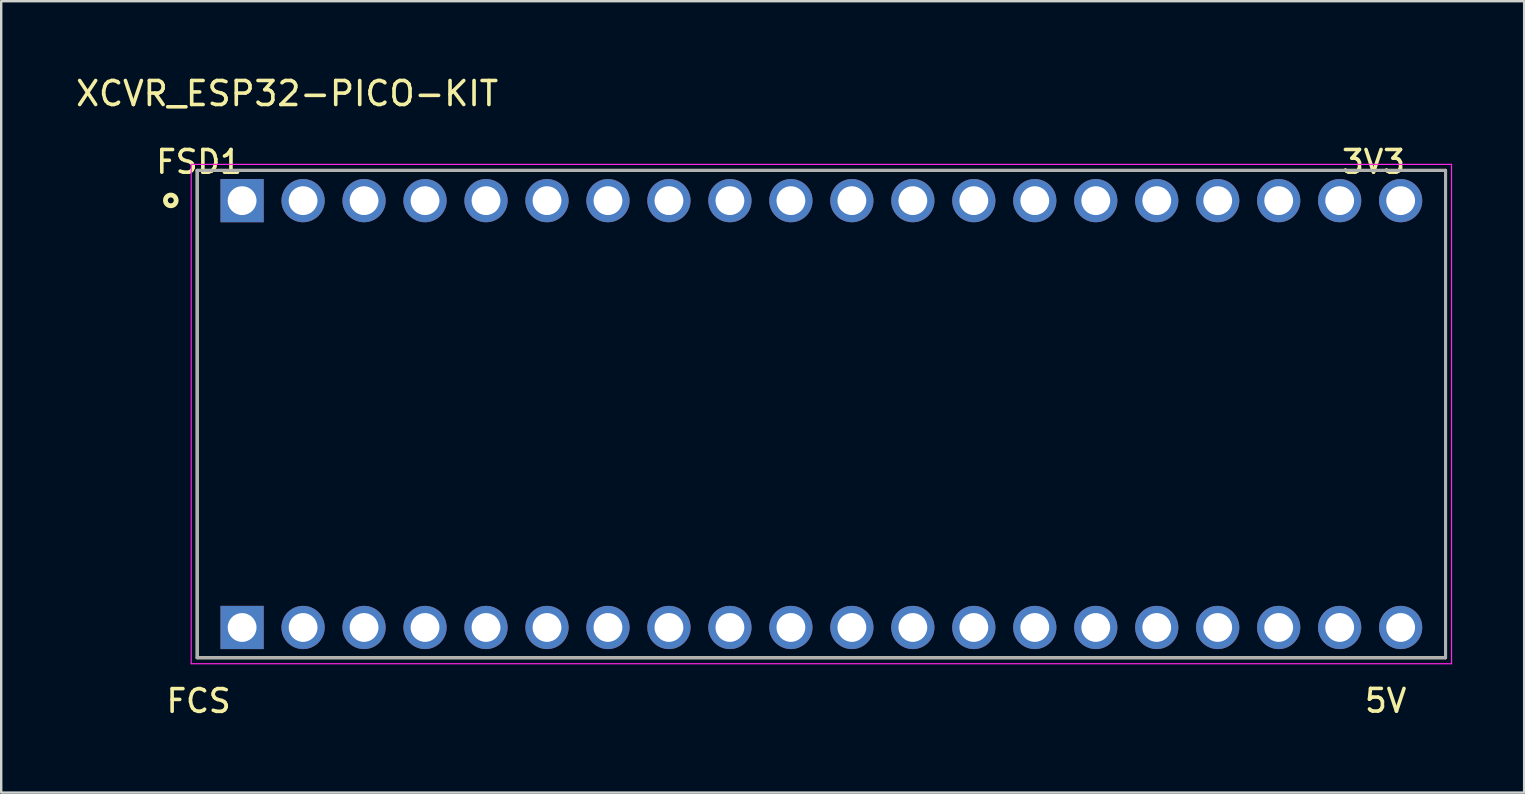
<source format=kicad_pcb>
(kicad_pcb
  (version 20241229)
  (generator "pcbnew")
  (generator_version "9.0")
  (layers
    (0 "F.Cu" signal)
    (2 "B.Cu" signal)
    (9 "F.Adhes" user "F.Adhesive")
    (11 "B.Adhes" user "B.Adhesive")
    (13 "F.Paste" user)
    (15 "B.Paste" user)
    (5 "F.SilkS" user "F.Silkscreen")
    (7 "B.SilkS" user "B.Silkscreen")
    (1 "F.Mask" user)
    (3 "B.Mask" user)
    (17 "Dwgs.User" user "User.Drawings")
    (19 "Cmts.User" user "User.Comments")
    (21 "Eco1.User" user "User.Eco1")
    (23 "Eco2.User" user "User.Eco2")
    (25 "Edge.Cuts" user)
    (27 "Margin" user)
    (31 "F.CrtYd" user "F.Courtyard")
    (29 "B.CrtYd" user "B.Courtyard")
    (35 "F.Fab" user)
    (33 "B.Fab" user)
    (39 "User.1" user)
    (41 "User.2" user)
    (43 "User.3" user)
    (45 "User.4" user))
  (footprint "XCVR_ESP32-PICO-KIT"
    (layer "F.Cu")
    (at 31.165 14.198)
    (property "Reference" "XCVR_ESP32-PICO-KIT" (at -22.254 -13.35 0) (layer "F.SilkS") (effects (font (size 1 1) (thickness 0.15))))
    (attr through_hole)
    (fp_line (start -26 -10.15) (end 26 -10.15) (stroke (width 0.127) (type solid)) (layer "F.SilkS"))
    (fp_line (start -26 10.15) (end -26 -10.15) (stroke (width 0.127) (type solid)) (layer "F.SilkS"))
    (fp_line (start 26 -10.15) (end 26 10.15) (stroke (width 0.127) (type solid)) (layer "F.SilkS"))
    (fp_line (start 26 10.15) (end -26 10.15) (stroke (width 0.127) (type solid)) (layer "F.SilkS"))
    (fp_circle (center -27.1 -8.9) (end -26.876 -8.9) (stroke (width 0.2) (type solid)) (fill no) (layer "F.SilkS"))
    (fp_line (start -26.25 -10.4) (end 26.25 -10.4) (stroke (width 0.05) (type solid)) (layer "F.CrtYd"))
    (fp_line (start -26.25 10.4) (end -26.25 -10.4) (stroke (width 0.05) (type solid)) (layer "F.CrtYd"))
    (fp_line (start 26.25 -10.4) (end 26.25 10.4) (stroke (width 0.05) (type solid)) (layer "F.CrtYd"))
    (fp_line (start 26.25 10.4) (end -26.25 10.4) (stroke (width 0.05) (type solid)) (layer "F.CrtYd"))
    (fp_line (start -26 -10.15) (end 26 -10.15) (stroke (width 0.127) (type solid)) (layer "F.Fab"))
    (fp_line (start -26 10.15) (end -26 -10.15) (stroke (width 0.127) (type solid)) (layer "F.Fab"))
    (fp_line (start 26 -10.15) (end 26 10.15) (stroke (width 0.127) (type solid)) (layer "F.Fab"))
    (fp_line (start 26 10.15) (end -26 10.15) (stroke (width 0.127) (type solid)) (layer "F.Fab"))
    (fp_text user "3V3" (at 23 -10.506 0) (layer "F.SilkS") (effects (font (size 0.945 0.945) (thickness 0.15))))
    (fp_text user "FCS" (at -25.941 11.953 0) (layer "F.SilkS") (effects (font (size 0.946 0.946) (thickness 0.15))))
    (fp_text user "5V" (at 23.506 11.944 0) (layer "F.SilkS") (effects (font (size 0.945 0.945) (thickness 0.15))))
    (fp_text user "FSD1" (at -25.922 -10.505 0) (layer "F.SilkS") (effects (font (size 0.945 0.945) (thickness 0.15))))
    (pad "J2_1" thru_hole rect (at -24.13 -8.89) (size 1.8 1.8) (drill 1.2) (layers "*.Cu" "*.Mask"))
    (pad "J2_2" thru_hole circle (at -21.59 -8.89) (size 1.8 1.8) (drill 1.2) (layers "*.Cu" "*.Mask"))
    (pad "J2_3" thru_hole circle (at -19.05 -8.89) (size 1.8 1.8) (drill 1.2) (layers "*.Cu" "*.Mask"))
    (pad "J2_4" thru_hole circle (at -16.51 -8.89) (size 1.8 1.8) (drill 1.2) (layers "*.Cu" "*.Mask"))
    (pad "J2_5" thru_hole circle (at -13.97 -8.89) (size 1.8 1.8) (drill 1.2) (layers "*.Cu" "*.Mask"))
    (pad "J2_6" thru_hole circle (at -11.43 -8.89) (size 1.8 1.8) (drill 1.2) (layers "*.Cu" "*.Mask"))
    (pad "J2_7" thru_hole circle (at -8.89 -8.89) (size 1.8 1.8) (drill 1.2) (layers "*.Cu" "*.Mask"))
    (pad "J2_8" thru_hole circle (at -6.35 -8.89) (size 1.8 1.8) (drill 1.2) (layers "*.Cu" "*.Mask"))
    (pad "J2_9" thru_hole circle (at -3.81 -8.89) (size 1.8 1.8) (drill 1.2) (layers "*.Cu" "*.Mask"))
    (pad "J2_10" thru_hole circle (at -1.27 -8.89) (size 1.8 1.8) (drill 1.2) (layers "*.Cu" "*.Mask"))
    (pad "J2_11" thru_hole circle (at 1.27 -8.89) (size 1.8 1.8) (drill 1.2) (layers "*.Cu" "*.Mask"))
    (pad "J2_12" thru_hole circle (at 3.81 -8.89) (size 1.8 1.8) (drill 1.2) (layers "*.Cu" "*.Mask"))
    (pad "J2_13" thru_hole circle (at 6.35 -8.89) (size 1.8 1.8) (drill 1.2) (layers "*.Cu" "*.Mask"))
    (pad "J2_14" thru_hole circle (at 8.89 -8.89) (size 1.8 1.8) (drill 1.2) (layers "*.Cu" "*.Mask"))
    (pad "J2_15" thru_hole circle (at 11.43 -8.89) (size 1.8 1.8) (drill 1.2) (layers "*.Cu" "*.Mask"))
    (pad "J2_16" thru_hole circle (at 13.97 -8.89) (size 1.8 1.8) (drill 1.2) (layers "*.Cu" "*.Mask"))
    (pad "J2_17" thru_hole circle (at 16.51 -8.89) (size 1.8 1.8) (drill 1.2) (layers "*.Cu" "*.Mask"))
    (pad "J2_18" thru_hole circle (at 19.05 -8.89) (size 1.8 1.8) (drill 1.2) (layers "*.Cu" "*.Mask"))
    (pad "J2_19" thru_hole circle (at 21.59 -8.89) (size 1.8 1.8) (drill 1.2) (layers "*.Cu" "*.Mask"))
    (pad "J2_20" thru_hole circle (at 24.13 -8.89) (size 1.8 1.8) (drill 1.2) (layers "*.Cu" "*.Mask"))
    (pad "J3_1" thru_hole rect (at -24.13 8.89) (size 1.8 1.8) (drill 1.2) (layers "*.Cu" "*.Mask"))
    (pad "J3_2" thru_hole circle (at -21.59 8.89) (size 1.8 1.8) (drill 1.2) (layers "*.Cu" "*.Mask"))
    (pad "J3_3" thru_hole circle (at -19.05 8.89) (size 1.8 1.8) (drill 1.2) (layers "*.Cu" "*.Mask"))
    (pad "J3_4" thru_hole circle (at -16.51 8.89) (size 1.8 1.8) (drill 1.2) (layers "*.Cu" "*.Mask"))
    (pad "J3_5" thru_hole circle (at -13.97 8.89) (size 1.8 1.8) (drill 1.2) (layers "*.Cu" "*.Mask"))
    (pad "J3_6" thru_hole circle (at -11.43 8.89) (size 1.8 1.8) (drill 1.2) (layers "*.Cu" "*.Mask"))
    (pad "J3_7" thru_hole circle (at -8.89 8.89) (size 1.8 1.8) (drill 1.2) (layers "*.Cu" "*.Mask"))
    (pad "J3_8" thru_hole circle (at -6.35 8.89) (size 1.8 1.8) (drill 1.2) (layers "*.Cu" "*.Mask"))
    (pad "J3_9" thru_hole circle (at -3.81 8.89) (size 1.8 1.8) (drill 1.2) (layers "*.Cu" "*.Mask"))
    (pad "J3_10" thru_hole circle (at -1.27 8.89) (size 1.8 1.8) (drill 1.2) (layers "*.Cu" "*.Mask"))
    (pad "J3_11" thru_hole circle (at 1.27 8.89) (size 1.8 1.8) (drill 1.2) (layers "*.Cu" "*.Mask"))
    (pad "J3_12" thru_hole circle (at 3.81 8.89) (size 1.8 1.8) (drill 1.2) (layers "*.Cu" "*.Mask"))
    (pad "J3_13" thru_hole circle (at 6.35 8.89) (size 1.8 1.8) (drill 1.2) (layers "*.Cu" "*.Mask"))
    (pad "J3_14" thru_hole circle (at 8.89 8.89) (size 1.8 1.8) (drill 1.2) (layers "*.Cu" "*.Mask"))
    (pad "J3_15" thru_hole circle (at 11.43 8.89) (size 1.8 1.8) (drill 1.2) (layers "*.Cu" "*.Mask"))
    (pad "J3_16" thru_hole circle (at 13.97 8.89) (size 1.8 1.8) (drill 1.2) (layers "*.Cu" "*.Mask"))
    (pad "J3_17" thru_hole circle (at 16.51 8.89) (size 1.8 1.8) (drill 1.2) (layers "*.Cu" "*.Mask"))
    (pad "J3_18" thru_hole circle (at 19.05 8.89) (size 1.8 1.8) (drill 1.2) (layers "*.Cu" "*.Mask"))
    (pad "J3_19" thru_hole circle (at 21.59 8.89) (size 1.8 1.8) (drill 1.2) (layers "*.Cu" "*.Mask"))
    (pad "J3_20" thru_hole circle (at 24.13 8.89) (size 1.8 1.8) (drill 1.2) (layers "*.Cu" "*.Mask")))
  (gr_rect
    (start -3 -3)
    (end 60.44 29.967)
    (stroke (width 0.1) (type default))
    (fill no)
    (layer "Edge.Cuts")))
</source>
